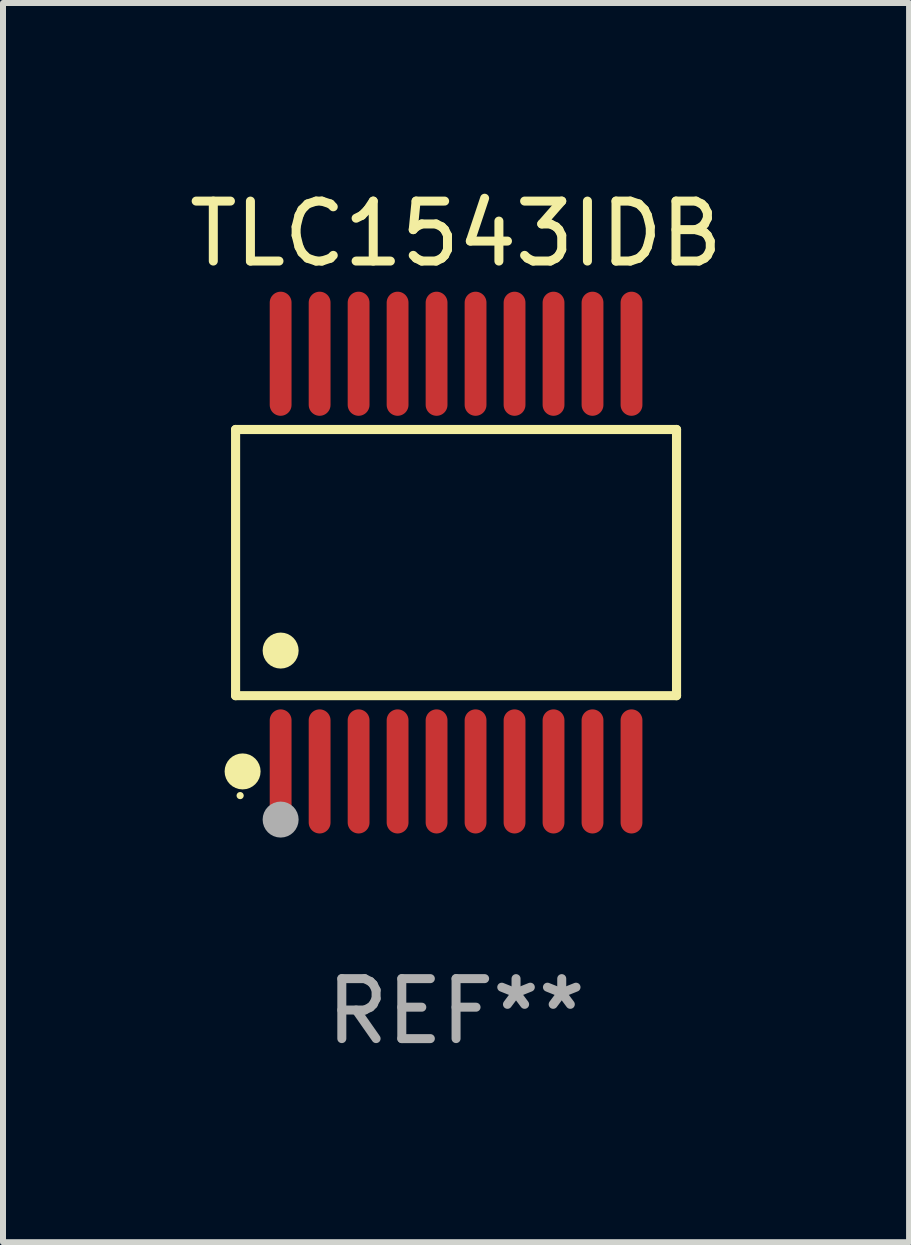
<source format=kicad_pcb>
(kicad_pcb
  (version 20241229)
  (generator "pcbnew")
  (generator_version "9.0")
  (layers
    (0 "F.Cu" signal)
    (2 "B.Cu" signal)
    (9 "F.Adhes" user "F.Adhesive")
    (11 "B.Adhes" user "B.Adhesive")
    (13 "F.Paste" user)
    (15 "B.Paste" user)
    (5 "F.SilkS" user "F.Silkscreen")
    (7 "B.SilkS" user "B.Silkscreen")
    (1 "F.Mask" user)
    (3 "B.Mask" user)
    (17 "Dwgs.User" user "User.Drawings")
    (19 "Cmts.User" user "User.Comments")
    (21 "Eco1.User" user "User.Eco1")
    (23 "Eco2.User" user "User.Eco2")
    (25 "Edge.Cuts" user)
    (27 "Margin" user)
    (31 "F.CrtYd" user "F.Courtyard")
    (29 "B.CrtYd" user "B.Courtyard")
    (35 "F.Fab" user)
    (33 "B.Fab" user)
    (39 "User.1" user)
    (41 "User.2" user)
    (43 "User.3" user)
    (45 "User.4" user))
  (footprint "TLC1543IDB"
    (layer "F.Cu")
    (at 4.554 6.33)
    (property "Reference" "TLC1543IDB" (at 0 -5.482 0) (layer "F.SilkS") (effects (font (size 1 1) (thickness 0.15))))
    (attr through_hole)
    (fp_line (start -3.676 -2.219) (end 3.676 -2.219) (stroke (width 0.152) (type solid)) (layer "F.SilkS"))
    (fp_line (start -3.676 2.219) (end -3.676 -2.219) (stroke (width 0.152) (type solid)) (layer "F.SilkS"))
    (fp_line (start 3.676 -2.219) (end 3.676 2.219) (stroke (width 0.152) (type solid)) (layer "F.SilkS"))
    (fp_line (start 3.676 2.219) (end -3.676 2.219) (stroke (width 0.152) (type solid)) (layer "F.SilkS"))
    (fp_circle (center -3.6 3.885) (end -3.57 3.885) (stroke (width 0.06) (type solid)) (fill no) (layer "F.SilkS"))
    (fp_circle (center -3.559 3.482) (end -3.409 3.482) (stroke (width 0.3) (type solid)) (fill no) (layer "F.SilkS"))
    (fp_circle (center -2.925 1.467) (end -2.775 1.467) (stroke (width 0.3) (type solid)) (fill no) (layer "F.SilkS"))
    (fp_circle (center -2.925 4.285) (end -2.775 4.285) (stroke (width 0.3) (type solid)) (fill no) (layer "F.Fab"))
    (fp_text user "REF**" (at 0 7.482 0) (layer "F.Fab") (effects (font (size 1 1) (thickness 0.15))))
    (pad "1" smd oval (at -2.925 3.482) (size 0.364 2.069) (layers "F.Cu" "F.Mask" "F.Paste"))
    (pad "2" smd oval (at -2.275 3.482) (size 0.364 2.069) (layers "F.Cu" "F.Mask" "F.Paste"))
    (pad "3" smd oval (at -1.625 3.482) (size 0.364 2.069) (layers "F.Cu" "F.Mask" "F.Paste"))
    (pad "4" smd oval (at -0.975 3.482) (size 0.364 2.069) (layers "F.Cu" "F.Mask" "F.Paste"))
    (pad "5" smd oval (at -0.325 3.482) (size 0.364 2.069) (layers "F.Cu" "F.Mask" "F.Paste"))
    (pad "6" smd oval (at 0.325 3.482) (size 0.364 2.069) (layers "F.Cu" "F.Mask" "F.Paste"))
    (pad "7" smd oval (at 0.975 3.482) (size 0.364 2.069) (layers "F.Cu" "F.Mask" "F.Paste"))
    (pad "8" smd oval (at 1.625 3.482) (size 0.364 2.069) (layers "F.Cu" "F.Mask" "F.Paste"))
    (pad "9" smd oval (at 2.275 3.482) (size 0.364 2.069) (layers "F.Cu" "F.Mask" "F.Paste"))
    (pad "10" smd oval (at 2.925 3.482) (size 0.364 2.069) (layers "F.Cu" "F.Mask" "F.Paste"))
    (pad "11" smd oval (at 2.925 -3.482) (size 0.364 2.069) (layers "F.Cu" "F.Mask" "F.Paste"))
    (pad "12" smd oval (at 2.275 -3.482) (size 0.364 2.069) (layers "F.Cu" "F.Mask" "F.Paste"))
    (pad "13" smd oval (at 1.625 -3.482) (size 0.364 2.069) (layers "F.Cu" "F.Mask" "F.Paste"))
    (pad "14" smd oval (at 0.975 -3.482) (size 0.364 2.069) (layers "F.Cu" "F.Mask" "F.Paste"))
    (pad "15" smd oval (at 0.325 -3.482) (size 0.364 2.069) (layers "F.Cu" "F.Mask" "F.Paste"))
    (pad "16" smd oval (at -0.325 -3.482) (size 0.364 2.069) (layers "F.Cu" "F.Mask" "F.Paste"))
    (pad "17" smd oval (at -0.975 -3.482) (size 0.364 2.069) (layers "F.Cu" "F.Mask" "F.Paste"))
    (pad "18" smd oval (at -1.625 -3.482) (size 0.364 2.069) (layers "F.Cu" "F.Mask" "F.Paste"))
    (pad "19" smd oval (at -2.275 -3.482) (size 0.364 2.069) (layers "F.Cu" "F.Mask" "F.Paste"))
    (pad "20" smd oval (at -2.925 -3.482) (size 0.364 2.069) (layers "F.Cu" "F.Mask" "F.Paste")))
  (gr_rect
    (start -3 -3)
    (end 12.107 17.661)
    (stroke (width 0.1) (type default))
    (fill no)
    (layer "Edge.Cuts")))
</source>
